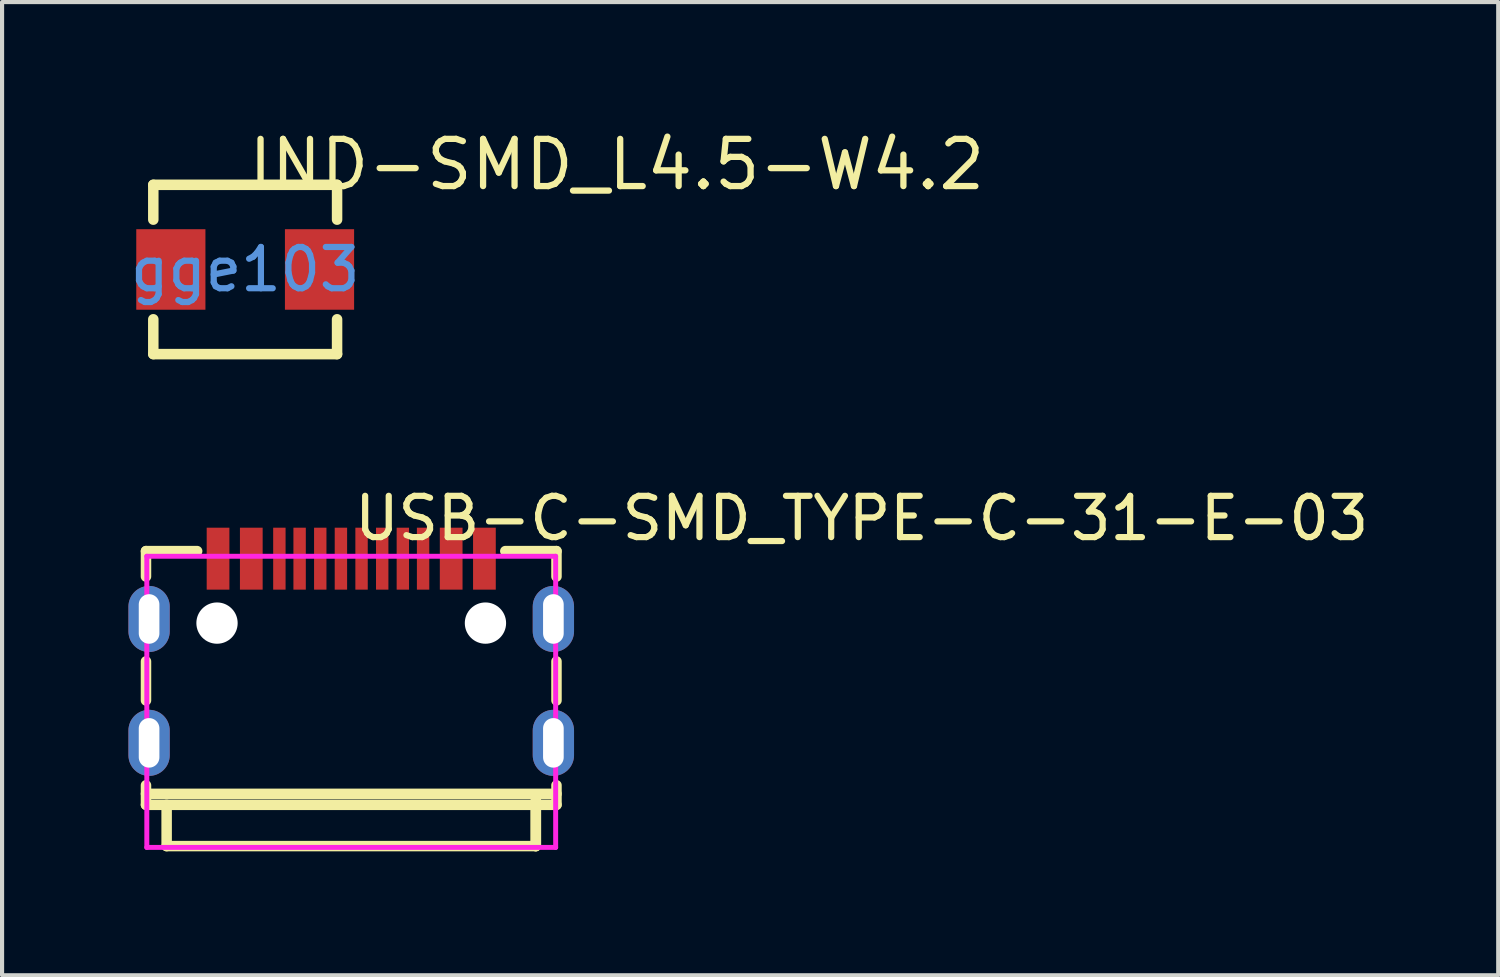
<source format=kicad_pcb>
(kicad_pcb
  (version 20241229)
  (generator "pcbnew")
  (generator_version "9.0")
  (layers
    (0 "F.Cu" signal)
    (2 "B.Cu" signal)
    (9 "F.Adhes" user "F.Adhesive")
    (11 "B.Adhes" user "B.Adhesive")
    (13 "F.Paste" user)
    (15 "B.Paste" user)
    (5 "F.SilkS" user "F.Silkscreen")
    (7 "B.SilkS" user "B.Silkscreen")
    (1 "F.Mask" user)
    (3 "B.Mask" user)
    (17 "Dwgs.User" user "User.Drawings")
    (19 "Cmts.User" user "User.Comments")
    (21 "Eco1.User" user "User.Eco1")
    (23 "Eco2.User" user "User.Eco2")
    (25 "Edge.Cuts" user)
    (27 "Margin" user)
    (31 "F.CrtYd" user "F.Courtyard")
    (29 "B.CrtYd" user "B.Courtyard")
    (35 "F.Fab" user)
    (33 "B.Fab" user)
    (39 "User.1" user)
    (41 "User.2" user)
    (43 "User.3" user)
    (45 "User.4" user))
  (footprint "IND-SMD_L4.5-W4.2"
    (layer "F.Cu")
    (at 2.887 3.475)
    (property "Reference" "IND-SMD_L4.5-W4.2" (at 0 -2.54 0) (layer "F.SilkS") (effects (font (size 1.143 1.143) (thickness 0.152)) (justify left)))
    (attr smd)
    (fp_line (start -2.225 -2.05) (end 2.225 -2.05) (stroke (width 0.254) (type solid)) (layer "F.SilkS"))
    (fp_line (start -2.225 -1.206) (end -2.225 -2.05) (stroke (width 0.254) (type solid)) (layer "F.SilkS"))
    (fp_line (start -2.225 2.05) (end -2.225 1.206) (stroke (width 0.254) (type solid)) (layer "F.SilkS"))
    (fp_line (start 2.225 -2.05) (end 2.225 -1.206) (stroke (width 0.254) (type solid)) (layer "F.SilkS"))
    (fp_line (start 2.225 1.206) (end 2.225 2.05) (stroke (width 0.254) (type solid)) (layer "F.SilkS"))
    (fp_line (start 2.225 2.05) (end -2.225 2.05) (stroke (width 0.254) (type solid)) (layer "F.SilkS"))
    (fp_text user "gge103" (at 0 0 0) (layer "Cmts.User") (effects (font (size 1 1) (thickness 0.15))))
    (pad "1" smd rect (at -1.8 0) (size 1.675 1.95) (layers "F.Cu" "F.Mask" "F.Paste"))
    (pad "2" smd rect (at 1.8 0) (size 1.675 1.95) (layers "F.Cu" "F.Mask" "F.Paste")))
  (footprint "USB-C-SMD_TYPE-C-31-E-03"
    (layer "F.Cu")
    (at 5.455 12.708)
    (property "Reference" "USB-C-SMD_TYPE-C-31-E-03" (at 0 -3.207 0) (layer "F.SilkS") (effects (font (size 1 1) (thickness 0.15)) (justify left)))
    (attr through_hole)
    (fp_line (start -4.97 -1.797) (end -4.97 -2.413) (stroke (width 0.254) (type solid)) (layer "F.SilkS"))
    (fp_line (start -4.97 1.203) (end -4.97 0.257) (stroke (width 0.254) (type solid)) (layer "F.SilkS"))
    (fp_line (start -4.97 3.73) (end -4.97 3.257) (stroke (width 0.254) (type solid)) (layer "F.SilkS"))
    (fp_line (start -4.97 3.73) (end 4.97 3.73) (stroke (width 0.254) (type solid)) (layer "F.SilkS"))
    (fp_line (start -4.47 4.73) (end -4.47 3.73) (stroke (width 0.254) (type solid)) (layer "F.SilkS"))
    (fp_line (start -3.731 -2.413) (end -4.97 -2.413) (stroke (width 0.254) (type solid)) (layer "F.SilkS"))
    (fp_line (start 4.47 4.73) (end -4.47 4.73) (stroke (width 0.254) (type solid)) (layer "F.SilkS"))
    (fp_line (start 4.47 4.73) (end 4.47 3.53) (stroke (width 0.254) (type solid)) (layer "F.SilkS"))
    (fp_line (start 4.47 4.73) (end 4.47 3.744) (stroke (width 0.254) (type solid)) (layer "F.SilkS"))
    (fp_line (start 4.97 -2.413) (end 3.731 -2.413) (stroke (width 0.254) (type solid)) (layer "F.SilkS"))
    (fp_line (start 4.97 -1.797) (end 4.97 -2.413) (stroke (width 0.254) (type solid)) (layer "F.SilkS"))
    (fp_line (start 4.97 1.203) (end 4.97 0.257) (stroke (width 0.254) (type solid)) (layer "F.SilkS"))
    (fp_line (start 4.97 3.464) (end -4.97 3.464) (stroke (width 0.254) (type solid)) (layer "F.SilkS"))
    (fp_line (start 4.97 3.73) (end 4.97 3.257) (stroke (width 0.254) (type solid)) (layer "F.SilkS"))
    (fp_poly (pts (xy -3.5 -2.98) (xy -2.95 -2.98) (xy -2.95 -1.48) (xy -3.5 -1.48)) (stroke (width 0.12) (type solid)) (fill yes) (layer "F.Paste"))
    (fp_poly (pts (xy -2.695 -2.98) (xy -2.145 -2.98) (xy -2.145 -1.48) (xy -2.695 -1.48)) (stroke (width 0.12) (type solid)) (fill yes) (layer "F.Paste"))
    (fp_poly (pts (xy -1.89 -2.98) (xy -1.59 -2.98) (xy -1.59 -1.48) (xy -1.89 -1.48)) (stroke (width 0.12) (type solid)) (fill yes) (layer "F.Paste"))
    (fp_poly (pts (xy -1.4 -2.98) (xy -1.1 -2.98) (xy -1.1 -1.48) (xy -1.4 -1.48)) (stroke (width 0.12) (type solid)) (fill yes) (layer "F.Paste"))
    (fp_poly (pts (xy -0.9 -2.98) (xy -0.6 -2.98) (xy -0.6 -1.48) (xy -0.9 -1.48)) (stroke (width 0.12) (type solid)) (fill yes) (layer "F.Paste"))
    (fp_poly (pts (xy -0.4 -2.98) (xy -0.1 -2.98) (xy -0.1 -1.48) (xy -0.4 -1.48)) (stroke (width 0.12) (type solid)) (fill yes) (layer "F.Paste"))
    (fp_poly (pts (xy 0.1 -2.98) (xy 0.4 -2.98) (xy 0.4 -1.48) (xy 0.1 -1.48)) (stroke (width 0.12) (type solid)) (fill yes) (layer "F.Paste"))
    (fp_poly (pts (xy 0.6 -2.98) (xy 0.9 -2.98) (xy 0.9 -1.48) (xy 0.6 -1.48)) (stroke (width 0.12) (type solid)) (fill yes) (layer "F.Paste"))
    (fp_poly (pts (xy 1.1 -2.98) (xy 1.4 -2.98) (xy 1.4 -1.48) (xy 1.1 -1.48)) (stroke (width 0.12) (type solid)) (fill yes) (layer "F.Paste"))
    (fp_poly (pts (xy 1.59 -2.98) (xy 1.89 -2.98) (xy 1.89 -1.48) (xy 1.59 -1.48)) (stroke (width 0.12) (type solid)) (fill yes) (layer "F.Paste"))
    (fp_poly (pts (xy 2.145 -2.98) (xy 2.695 -2.98) (xy 2.695 -1.48) (xy 2.145 -1.48)) (stroke (width 0.12) (type solid)) (fill yes) (layer "F.Paste"))
    (fp_poly (pts (xy 2.95 -2.98) (xy 3.5 -2.98) (xy 3.5 -1.48) (xy 2.95 -1.48)) (stroke (width 0.12) (type solid)) (fill yes) (layer "F.Paste"))
    (fp_poly (pts (xy -5.395 -1.07) (xy -5.385 -1.168) (xy -5.357 -1.261) (xy -5.311 -1.348) (xy -5.249 -1.424) (xy -5.173 -1.486) (xy -5.086 -1.532) (xy -4.993 -1.56) (xy -4.895 -1.57) (xy -4.797 -1.56) (xy -4.704 -1.532) (xy -4.617 -1.486) (xy -4.541 -1.424) (xy -4.479 -1.348) (xy -4.433 -1.261) (xy -4.405 -1.168) (xy -4.395 -1.07) (xy -4.395 -0.47) (xy -4.405 -0.372) (xy -4.433 -0.279) (xy -4.479 -0.192) (xy -4.541 -0.116) (xy -4.617 -0.054) (xy -4.704 -0.008) (xy -4.797 0.02) (xy -4.895 0.03) (xy -4.993 0.02) (xy -5.086 -0.008) (xy -5.173 -0.054) (xy -5.249 -0.116) (xy -5.311 -0.192) (xy -5.357 -0.279) (xy -5.385 -0.372) (xy -5.395 -0.47)) (stroke (width 0.12) (type solid)) (fill yes) (layer "F.Paste"))
    (fp_poly (pts (xy -5.395 1.93) (xy -5.385 1.832) (xy -5.357 1.739) (xy -5.311 1.652) (xy -5.249 1.576) (xy -5.173 1.514) (xy -5.086 1.468) (xy -4.993 1.44) (xy -4.895 1.43) (xy -4.797 1.44) (xy -4.704 1.468) (xy -4.617 1.514) (xy -4.541 1.576) (xy -4.479 1.652) (xy -4.433 1.739) (xy -4.405 1.832) (xy -4.395 1.93) (xy -4.395 2.53) (xy -4.405 2.628) (xy -4.433 2.721) (xy -4.479 2.808) (xy -4.541 2.884) (xy -4.617 2.946) (xy -4.704 2.992) (xy -4.797 3.02) (xy -4.895 3.03) (xy -4.993 3.02) (xy -5.086 2.992) (xy -5.173 2.946) (xy -5.249 2.884) (xy -5.311 2.808) (xy -5.357 2.721) (xy -5.385 2.628) (xy -5.395 2.53)) (stroke (width 0.12) (type solid)) (fill yes) (layer "F.Paste"))
    (fp_poly (pts (xy 4.395 -1.07) (xy 4.405 -1.168) (xy 4.433 -1.261) (xy 4.479 -1.348) (xy 4.541 -1.424) (xy 4.617 -1.486) (xy 4.704 -1.532) (xy 4.797 -1.56) (xy 4.895 -1.57) (xy 4.993 -1.56) (xy 5.086 -1.532) (xy 5.173 -1.486) (xy 5.249 -1.424) (xy 5.311 -1.348) (xy 5.357 -1.261) (xy 5.385 -1.168) (xy 5.395 -1.07) (xy 5.395 -0.47) (xy 5.385 -0.372) (xy 5.357 -0.279) (xy 5.311 -0.192) (xy 5.249 -0.116) (xy 5.173 -0.054) (xy 5.086 -0.008) (xy 4.993 0.02) (xy 4.895 0.03) (xy 4.797 0.02) (xy 4.704 -0.008) (xy 4.617 -0.054) (xy 4.541 -0.116) (xy 4.479 -0.192) (xy 4.433 -0.279) (xy 4.405 -0.372) (xy 4.395 -0.47)) (stroke (width 0.12) (type solid)) (fill yes) (layer "F.Paste"))
    (fp_poly (pts (xy 4.395 1.93) (xy 4.405 1.832) (xy 4.433 1.739) (xy 4.479 1.652) (xy 4.541 1.576) (xy 4.617 1.514) (xy 4.704 1.468) (xy 4.797 1.44) (xy 4.895 1.43) (xy 4.993 1.44) (xy 5.086 1.468) (xy 5.173 1.514) (xy 5.249 1.576) (xy 5.311 1.652) (xy 5.357 1.739) (xy 5.385 1.832) (xy 5.395 1.93) (xy 5.395 2.53) (xy 5.385 2.628) (xy 5.357 2.721) (xy 5.311 2.808) (xy 5.249 2.884) (xy 5.173 2.946) (xy 5.086 2.992) (xy 4.993 3.02) (xy 4.895 3.03) (xy 4.797 3.02) (xy 4.704 2.992) (xy 4.617 2.946) (xy 4.541 2.884) (xy 4.479 2.808) (xy 4.433 2.721) (xy 4.405 2.628) (xy 4.395 2.53)) (stroke (width 0.12) (type solid)) (fill yes) (layer "F.Paste"))
    (fp_circle (center -5.095 -2.651) (end -5.065 -2.651) (stroke (width 0.06) (type solid)) (fill no) (layer "Eco2.User"))
    (fp_circle (center -3.25 -0.67) (end -3.05 -0.67) (stroke (width 0.4) (type solid)) (fill no) (layer "Eco2.User"))
    (fp_circle (center 3.25 -0.67) (end 3.45 -0.67) (stroke (width 0.4) (type solid)) (fill no) (layer "Eco2.User"))
    (fp_poly (pts (xy -5.095 -0.42) (xy -5.095 -1.12) (xy -4.695 -1.12) (xy -4.695 -0.42)) (stroke (width 0.12) (type solid)) (fill no) (layer "Eco2.User"))
    (fp_poly (pts (xy -5.095 2.58) (xy -5.095 1.88) (xy -4.695 1.88) (xy -4.695 2.58)) (stroke (width 0.12) (type solid)) (fill no) (layer "Eco2.User"))
    (fp_poly (pts (xy -3.425 -2.651) (xy -3.025 -2.651) (xy -3.025 -1.651) (xy -3.425 -1.651)) (stroke (width 0.12) (type solid)) (fill no) (layer "Eco2.User"))
    (fp_poly (pts (xy -2.62 -2.651) (xy -2.22 -2.651) (xy -2.22 -1.651) (xy -2.62 -1.651)) (stroke (width 0.12) (type solid)) (fill no) (layer "Eco2.User"))
    (fp_poly (pts (xy -1.84 -2.651) (xy -1.64 -2.651) (xy -1.64 -1.651) (xy -1.84 -1.651)) (stroke (width 0.12) (type solid)) (fill no) (layer "Eco2.User"))
    (fp_poly (pts (xy -1.35 -2.651) (xy -1.15 -2.651) (xy -1.15 -1.651) (xy -1.35 -1.651)) (stroke (width 0.12) (type solid)) (fill no) (layer "Eco2.User"))
    (fp_poly (pts (xy -0.85 -2.651) (xy -0.65 -2.651) (xy -0.65 -1.651) (xy -0.85 -1.651)) (stroke (width 0.12) (type solid)) (fill no) (layer "Eco2.User"))
    (fp_poly (pts (xy -0.35 -2.651) (xy -0.15 -2.651) (xy -0.15 -1.651) (xy -0.35 -1.651)) (stroke (width 0.12) (type solid)) (fill no) (layer "Eco2.User"))
    (fp_poly (pts (xy 0.15 -2.651) (xy 0.35 -2.651) (xy 0.35 -1.651) (xy 0.15 -1.651)) (stroke (width 0.12) (type solid)) (fill no) (layer "Eco2.User"))
    (fp_poly (pts (xy 0.65 -2.651) (xy 0.85 -2.651) (xy 0.85 -1.651) (xy 0.65 -1.651)) (stroke (width 0.12) (type solid)) (fill no) (layer "Eco2.User"))
    (fp_poly (pts (xy 1.15 -2.651) (xy 1.35 -2.651) (xy 1.35 -1.651) (xy 1.15 -1.651)) (stroke (width 0.12) (type solid)) (fill no) (layer "Eco2.User"))
    (fp_poly (pts (xy 1.64 -2.651) (xy 1.84 -2.651) (xy 1.84 -1.651) (xy 1.64 -1.651)) (stroke (width 0.12) (type solid)) (fill no) (layer "Eco2.User"))
    (fp_poly (pts (xy 2.22 -2.651) (xy 2.62 -2.651) (xy 2.62 -1.651) (xy 2.22 -1.651)) (stroke (width 0.12) (type solid)) (fill no) (layer "Eco2.User"))
    (fp_poly (pts (xy 3.025 -2.651) (xy 3.425 -2.651) (xy 3.425 -1.651) (xy 3.025 -1.651)) (stroke (width 0.12) (type solid)) (fill no) (layer "Eco2.User"))
    (fp_poly (pts (xy 4.695 -0.42) (xy 4.695 -1.12) (xy 5.095 -1.12) (xy 5.095 -0.42)) (stroke (width 0.12) (type solid)) (fill no) (layer "Eco2.User"))
    (fp_poly (pts (xy 4.695 2.58) (xy 4.695 1.88) (xy 5.095 1.88) (xy 5.095 2.58)) (stroke (width 0.12) (type solid)) (fill no) (layer "Eco2.User"))
    (fp_line (start -4.95 -2.288) (end 4.95 -2.288) (stroke (width 0.12) (type solid)) (layer "F.CrtYd"))
    (fp_line (start -4.95 4.762) (end -4.95 -2.288) (stroke (width 0.12) (type solid)) (layer "F.CrtYd"))
    (fp_line (start 4.95 -2.288) (end 4.95 4.762) (stroke (width 0.12) (type solid)) (layer "F.CrtYd"))
    (fp_line (start 4.95 4.762) (end -4.95 4.762) (stroke (width 0.12) (type solid)) (layer "F.CrtYd"))
    (pad "" np_thru_hole circle (at -3.25 -0.67) (size 1 1) (drill 1) (layers "*.Cu" "*.Mask"))
    (pad "" np_thru_hole circle (at 3.25 -0.67) (size 1 1) (drill 1) (layers "*.Cu" "*.Mask"))
    (pad "0" thru_hole oval (at -4.895 -0.77) (size 1 1.6) (drill oval 0.5 1.2) (layers "*.Cu" "*.Mask"))
    (pad "0" thru_hole oval (at -4.895 2.23) (size 1 1.6) (drill oval 0.5 1.2) (layers "*.Cu" "*.Mask"))
    (pad "0" thru_hole oval (at 4.895 -0.77) (size 1 1.6) (drill oval 0.5 1.2) (layers "*.Cu" "*.Mask"))
    (pad "0" thru_hole oval (at 4.895 2.23) (size 1 1.6) (drill oval 0.5 1.2) (layers "*.Cu" "*.Mask"))
    (pad "A1B12" smd rect (at -3.225 -2.23) (size 0.55 1.5) (layers "F.Cu" "F.Mask" "F.Paste"))
    (pad "A4B9" smd rect (at -2.42 -2.23) (size 0.55 1.5) (layers "F.Cu" "F.Mask" "F.Paste"))
    (pad "A5" smd rect (at -1.25 -2.23) (size 0.3 1.5) (layers "F.Cu" "F.Mask" "F.Paste"))
    (pad "A6" smd rect (at -0.25 -2.23) (size 0.3 1.5) (layers "F.Cu" "F.Mask" "F.Paste"))
    (pad "A7" smd rect (at 0.25 -2.23) (size 0.3 1.5) (layers "F.Cu" "F.Mask" "F.Paste"))
    (pad "A8" smd rect (at 1.25 -2.23) (size 0.3 1.5) (layers "F.Cu" "F.Mask" "F.Paste"))
    (pad "B1A12" smd rect (at 3.225 -2.23) (size 0.55 1.5) (layers "F.Cu" "F.Mask" "F.Paste"))
    (pad "B4A9" smd rect (at 2.42 -2.23) (size 0.55 1.5) (layers "F.Cu" "F.Mask" "F.Paste"))
    (pad "B5" smd rect (at 1.74 -2.23) (size 0.3 1.5) (layers "F.Cu" "F.Mask" "F.Paste"))
    (pad "B6" smd rect (at 0.75 -2.23) (size 0.3 1.5) (layers "F.Cu" "F.Mask" "F.Paste"))
    (pad "B7" smd rect (at -0.75 -2.23) (size 0.3 1.5) (layers "F.Cu" "F.Mask" "F.Paste"))
    (pad "B8" smd rect (at -1.74 -2.23) (size 0.3 1.5) (layers "F.Cu" "F.Mask" "F.Paste")))
  (gr_rect
    (start -3 -3)
    (end 33.229 20.565)
    (stroke (width 0.1) (type default))
    (fill no)
    (layer "Edge.Cuts")))
</source>
